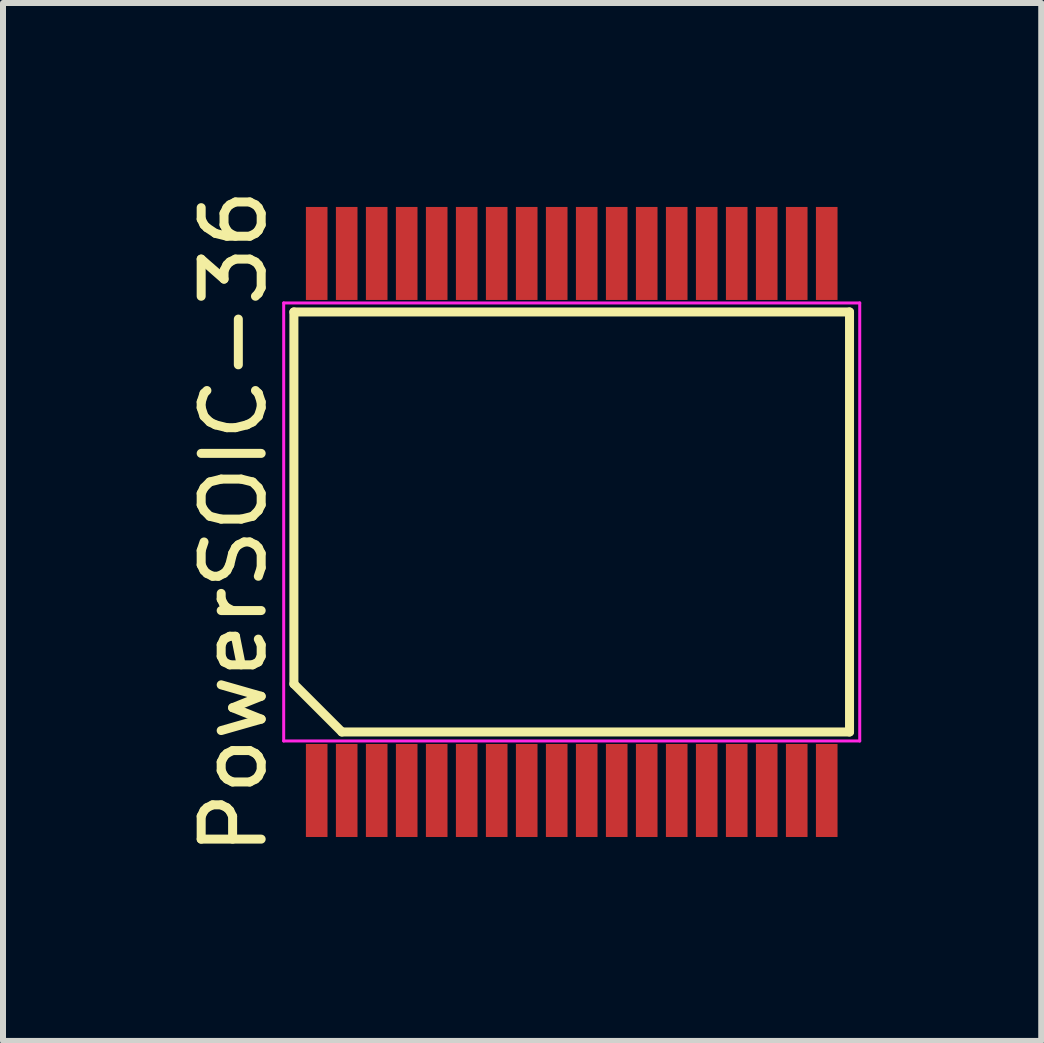
<source format=kicad_pcb>
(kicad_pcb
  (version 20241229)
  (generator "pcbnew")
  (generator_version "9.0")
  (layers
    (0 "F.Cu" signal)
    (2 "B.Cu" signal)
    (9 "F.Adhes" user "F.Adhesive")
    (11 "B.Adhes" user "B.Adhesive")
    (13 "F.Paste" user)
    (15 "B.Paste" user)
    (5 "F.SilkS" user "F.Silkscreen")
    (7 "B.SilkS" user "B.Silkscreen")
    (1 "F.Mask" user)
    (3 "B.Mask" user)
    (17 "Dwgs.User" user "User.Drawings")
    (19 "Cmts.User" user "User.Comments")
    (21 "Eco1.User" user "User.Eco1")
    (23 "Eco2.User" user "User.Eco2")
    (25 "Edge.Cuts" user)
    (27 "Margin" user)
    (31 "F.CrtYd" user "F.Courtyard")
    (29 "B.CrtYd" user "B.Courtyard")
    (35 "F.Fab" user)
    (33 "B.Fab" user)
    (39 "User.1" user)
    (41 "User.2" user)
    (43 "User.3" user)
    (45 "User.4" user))
  (footprint "PowerSOIC-36"
    (layer "F.Cu")
    (at 6.478 5.649)
    (property "Reference" "PowerSOIC-36" (at -5.63 0 90) (layer "F.SilkS") (effects (font (size 1 1) (thickness 0.15))))
    (attr smd)
    (fp_line (start -4.63 -3.5) (end 4.63 -3.5) (stroke (width 0.15) (type solid)) (layer "F.SilkS"))
    (fp_line (start -4.63 2.7) (end -4.63 -3.5) (stroke (width 0.15) (type solid)) (layer "F.SilkS"))
    (fp_line (start -3.83 3.5) (end -4.63 2.7) (stroke (width 0.15) (type solid)) (layer "F.SilkS"))
    (fp_line (start 4.63 -3.5) (end 4.63 3.5) (stroke (width 0.15) (type solid)) (layer "F.SilkS"))
    (fp_line (start 4.63 3.5) (end -3.83 3.5) (stroke (width 0.15) (type solid)) (layer "F.SilkS"))
    (fp_line (start -4.8 -3.65) (end 4.8 -3.65) (stroke (width 0.05) (type solid)) (layer "F.CrtYd"))
    (fp_line (start -4.8 3.65) (end -4.8 -3.65) (stroke (width 0.05) (type solid)) (layer "F.CrtYd"))
    (fp_line (start 4.8 -3.65) (end 4.8 3.65) (stroke (width 0.05) (type solid)) (layer "F.CrtYd"))
    (fp_line (start 4.8 3.65) (end -4.8 3.65) (stroke (width 0.05) (type solid)) (layer "F.CrtYd"))
    (pad "1" smd rect (at -4.25 4.475) (size 0.36 1.55) (layers "F.Cu" "F.Mask" "F.Paste"))
    (pad "2" smd rect (at -3.75 4.475) (size 0.36 1.55) (layers "F.Cu" "F.Mask" "F.Paste"))
    (pad "3" smd rect (at -3.25 4.475) (size 0.36 1.55) (layers "F.Cu" "F.Mask" "F.Paste"))
    (pad "4" smd rect (at -2.75 4.475) (size 0.36 1.55) (layers "F.Cu" "F.Mask" "F.Paste"))
    (pad "5" smd rect (at -2.25 4.475) (size 0.36 1.55) (layers "F.Cu" "F.Mask" "F.Paste"))
    (pad "6" smd rect (at -1.75 4.475) (size 0.36 1.55) (layers "F.Cu" "F.Mask" "F.Paste"))
    (pad "7" smd rect (at -1.25 4.475) (size 0.36 1.55) (layers "F.Cu" "F.Mask" "F.Paste"))
    (pad "8" smd rect (at -0.75 4.475) (size 0.36 1.55) (layers "F.Cu" "F.Mask" "F.Paste"))
    (pad "9" smd rect (at -0.25 4.475) (size 0.36 1.55) (layers "F.Cu" "F.Mask" "F.Paste"))
    (pad "10" smd rect (at 0.25 4.475) (size 0.36 1.55) (layers "F.Cu" "F.Mask" "F.Paste"))
    (pad "11" smd rect (at 0.75 4.475) (size 0.36 1.55) (layers "F.Cu" "F.Mask" "F.Paste"))
    (pad "12" smd rect (at 1.25 4.475) (size 0.36 1.55) (layers "F.Cu" "F.Mask" "F.Paste"))
    (pad "13" smd rect (at 1.75 4.475) (size 0.36 1.55) (layers "F.Cu" "F.Mask" "F.Paste"))
    (pad "14" smd rect (at 2.25 4.475) (size 0.36 1.55) (layers "F.Cu" "F.Mask" "F.Paste"))
    (pad "15" smd rect (at 2.75 4.475) (size 0.36 1.55) (layers "F.Cu" "F.Mask" "F.Paste"))
    (pad "16" smd rect (at 3.25 4.475) (size 0.36 1.55) (layers "F.Cu" "F.Mask" "F.Paste"))
    (pad "17" smd rect (at 3.75 4.475) (size 0.36 1.55) (layers "F.Cu" "F.Mask" "F.Paste"))
    (pad "18" smd rect (at 4.25 4.475) (size 0.36 1.55) (layers "F.Cu" "F.Mask" "F.Paste"))
    (pad "19" smd rect (at 4.25 -4.475) (size 0.36 1.55) (layers "F.Cu" "F.Mask" "F.Paste"))
    (pad "20" smd rect (at 3.75 -4.475) (size 0.36 1.55) (layers "F.Cu" "F.Mask" "F.Paste"))
    (pad "21" smd rect (at 3.25 -4.475) (size 0.36 1.55) (layers "F.Cu" "F.Mask" "F.Paste"))
    (pad "22" smd rect (at 2.75 -4.475) (size 0.36 1.55) (layers "F.Cu" "F.Mask" "F.Paste"))
    (pad "23" smd rect (at 2.25 -4.475) (size 0.36 1.55) (layers "F.Cu" "F.Mask" "F.Paste"))
    (pad "24" smd rect (at 1.75 -4.475) (size 0.36 1.55) (layers "F.Cu" "F.Mask" "F.Paste"))
    (pad "25" smd rect (at 1.25 -4.475) (size 0.36 1.55) (layers "F.Cu" "F.Mask" "F.Paste"))
    (pad "26" smd rect (at 0.75 -4.475) (size 0.36 1.55) (layers "F.Cu" "F.Mask" "F.Paste"))
    (pad "27" smd rect (at 0.25 -4.475) (size 0.36 1.55) (layers "F.Cu" "F.Mask" "F.Paste"))
    (pad "28" smd rect (at -0.25 -4.475) (size 0.36 1.55) (layers "F.Cu" "F.Mask" "F.Paste"))
    (pad "29" smd rect (at -0.75 -4.475) (size 0.36 1.55) (layers "F.Cu" "F.Mask" "F.Paste"))
    (pad "30" smd rect (at -1.25 -4.475) (size 0.36 1.55) (layers "F.Cu" "F.Mask" "F.Paste"))
    (pad "31" smd rect (at -1.75 -4.475) (size 0.36 1.55) (layers "F.Cu" "F.Mask" "F.Paste"))
    (pad "32" smd rect (at -2.25 -4.475) (size 0.36 1.55) (layers "F.Cu" "F.Mask" "F.Paste"))
    (pad "33" smd rect (at -2.75 -4.475) (size 0.36 1.55) (layers "F.Cu" "F.Mask" "F.Paste"))
    (pad "34" smd rect (at -3.25 -4.475) (size 0.36 1.55) (layers "F.Cu" "F.Mask" "F.Paste"))
    (pad "35" smd rect (at -3.75 -4.475) (size 0.36 1.55) (layers "F.Cu" "F.Mask" "F.Paste"))
    (pad "36" smd rect (at -4.25 -4.475) (size 0.36 1.55) (layers "F.Cu" "F.Mask" "F.Paste")))
  (gr_rect
    (start -3 -3)
    (end 14.303 14.298)
    (stroke (width 0.1) (type default))
    (fill no)
    (layer "Edge.Cuts")))
</source>
